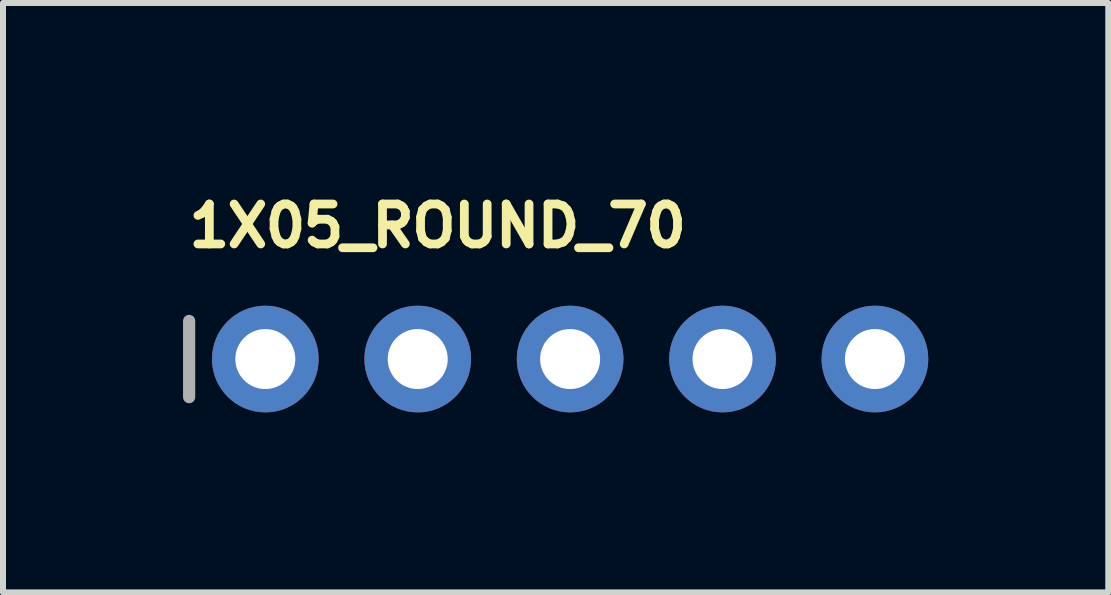
<source format=kicad_pcb>
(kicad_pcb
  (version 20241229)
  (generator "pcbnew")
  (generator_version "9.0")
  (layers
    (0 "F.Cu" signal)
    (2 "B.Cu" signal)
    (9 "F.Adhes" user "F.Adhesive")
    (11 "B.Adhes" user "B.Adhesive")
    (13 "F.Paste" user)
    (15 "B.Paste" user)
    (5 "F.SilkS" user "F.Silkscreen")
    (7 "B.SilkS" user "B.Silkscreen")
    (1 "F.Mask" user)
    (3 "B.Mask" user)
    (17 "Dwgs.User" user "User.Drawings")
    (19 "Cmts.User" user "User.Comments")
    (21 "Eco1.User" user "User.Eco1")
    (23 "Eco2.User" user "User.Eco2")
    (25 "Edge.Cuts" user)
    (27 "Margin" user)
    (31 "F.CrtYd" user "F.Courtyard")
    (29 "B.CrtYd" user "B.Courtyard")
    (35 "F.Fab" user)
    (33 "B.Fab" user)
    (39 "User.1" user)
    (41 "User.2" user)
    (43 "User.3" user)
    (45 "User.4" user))
  (footprint "1X05_ROUND_70"
    (layer "F.Cu")
    (at 6.452 2.934)
    (property "Reference" "1X05_ROUND_70" (at -6.426 -1.829 0) (layer "F.SilkS") (effects (font (size 0.666 0.666) (thickness 0.146)) (justify left bottom)))
    (fp_line (start -6.35 -0.635) (end -6.35 0.635) (stroke (width 0.203) (type solid)) (layer "F.Fab"))
    (fp_poly (pts (xy -5.334 0.254) (xy -4.826 0.254) (xy -4.826 -0.254) (xy -5.334 -0.254)) (stroke (width 0.1) (type default)) (fill no) (layer "F.Fab"))
    (fp_poly (pts (xy -2.794 0.254) (xy -2.286 0.254) (xy -2.286 -0.254) (xy -2.794 -0.254)) (stroke (width 0.1) (type default)) (fill no) (layer "F.Fab"))
    (fp_poly (pts (xy -0.254 0.254) (xy 0.254 0.254) (xy 0.254 -0.254) (xy -0.254 -0.254)) (stroke (width 0.1) (type default)) (fill no) (layer "F.Fab"))
    (fp_poly (pts (xy 2.286 0.254) (xy 2.794 0.254) (xy 2.794 -0.254) (xy 2.286 -0.254)) (stroke (width 0.1) (type default)) (fill no) (layer "F.Fab"))
    (fp_poly (pts (xy 4.826 0.254) (xy 5.334 0.254) (xy 5.334 -0.254) (xy 4.826 -0.254)) (stroke (width 0.1) (type default)) (fill no) (layer "F.Fab"))
    (pad "1" thru_hole circle (at -5.08 0 90) (size 1.778 1.778) (drill 1) (layers "*.Cu" "*.Mask"))
    (pad "2" thru_hole circle (at -2.54 0 90) (size 1.778 1.778) (drill 1) (layers "*.Cu" "*.Mask"))
    (pad "3" thru_hole circle (at 0 0 90) (size 1.778 1.778) (drill 1) (layers "*.Cu" "*.Mask"))
    (pad "4" thru_hole circle (at 2.54 0 90) (size 1.778 1.778) (drill 1) (layers "*.Cu" "*.Mask"))
    (pad "5" thru_hole circle (at 5.08 0 90) (size 1.778 1.778) (drill 1) (layers "*.Cu" "*.Mask")))
  (gr_rect
    (start -3 -3)
    (end 15.421 6.823)
    (stroke (width 0.1) (type default))
    (fill no)
    (layer "Edge.Cuts")))
</source>
